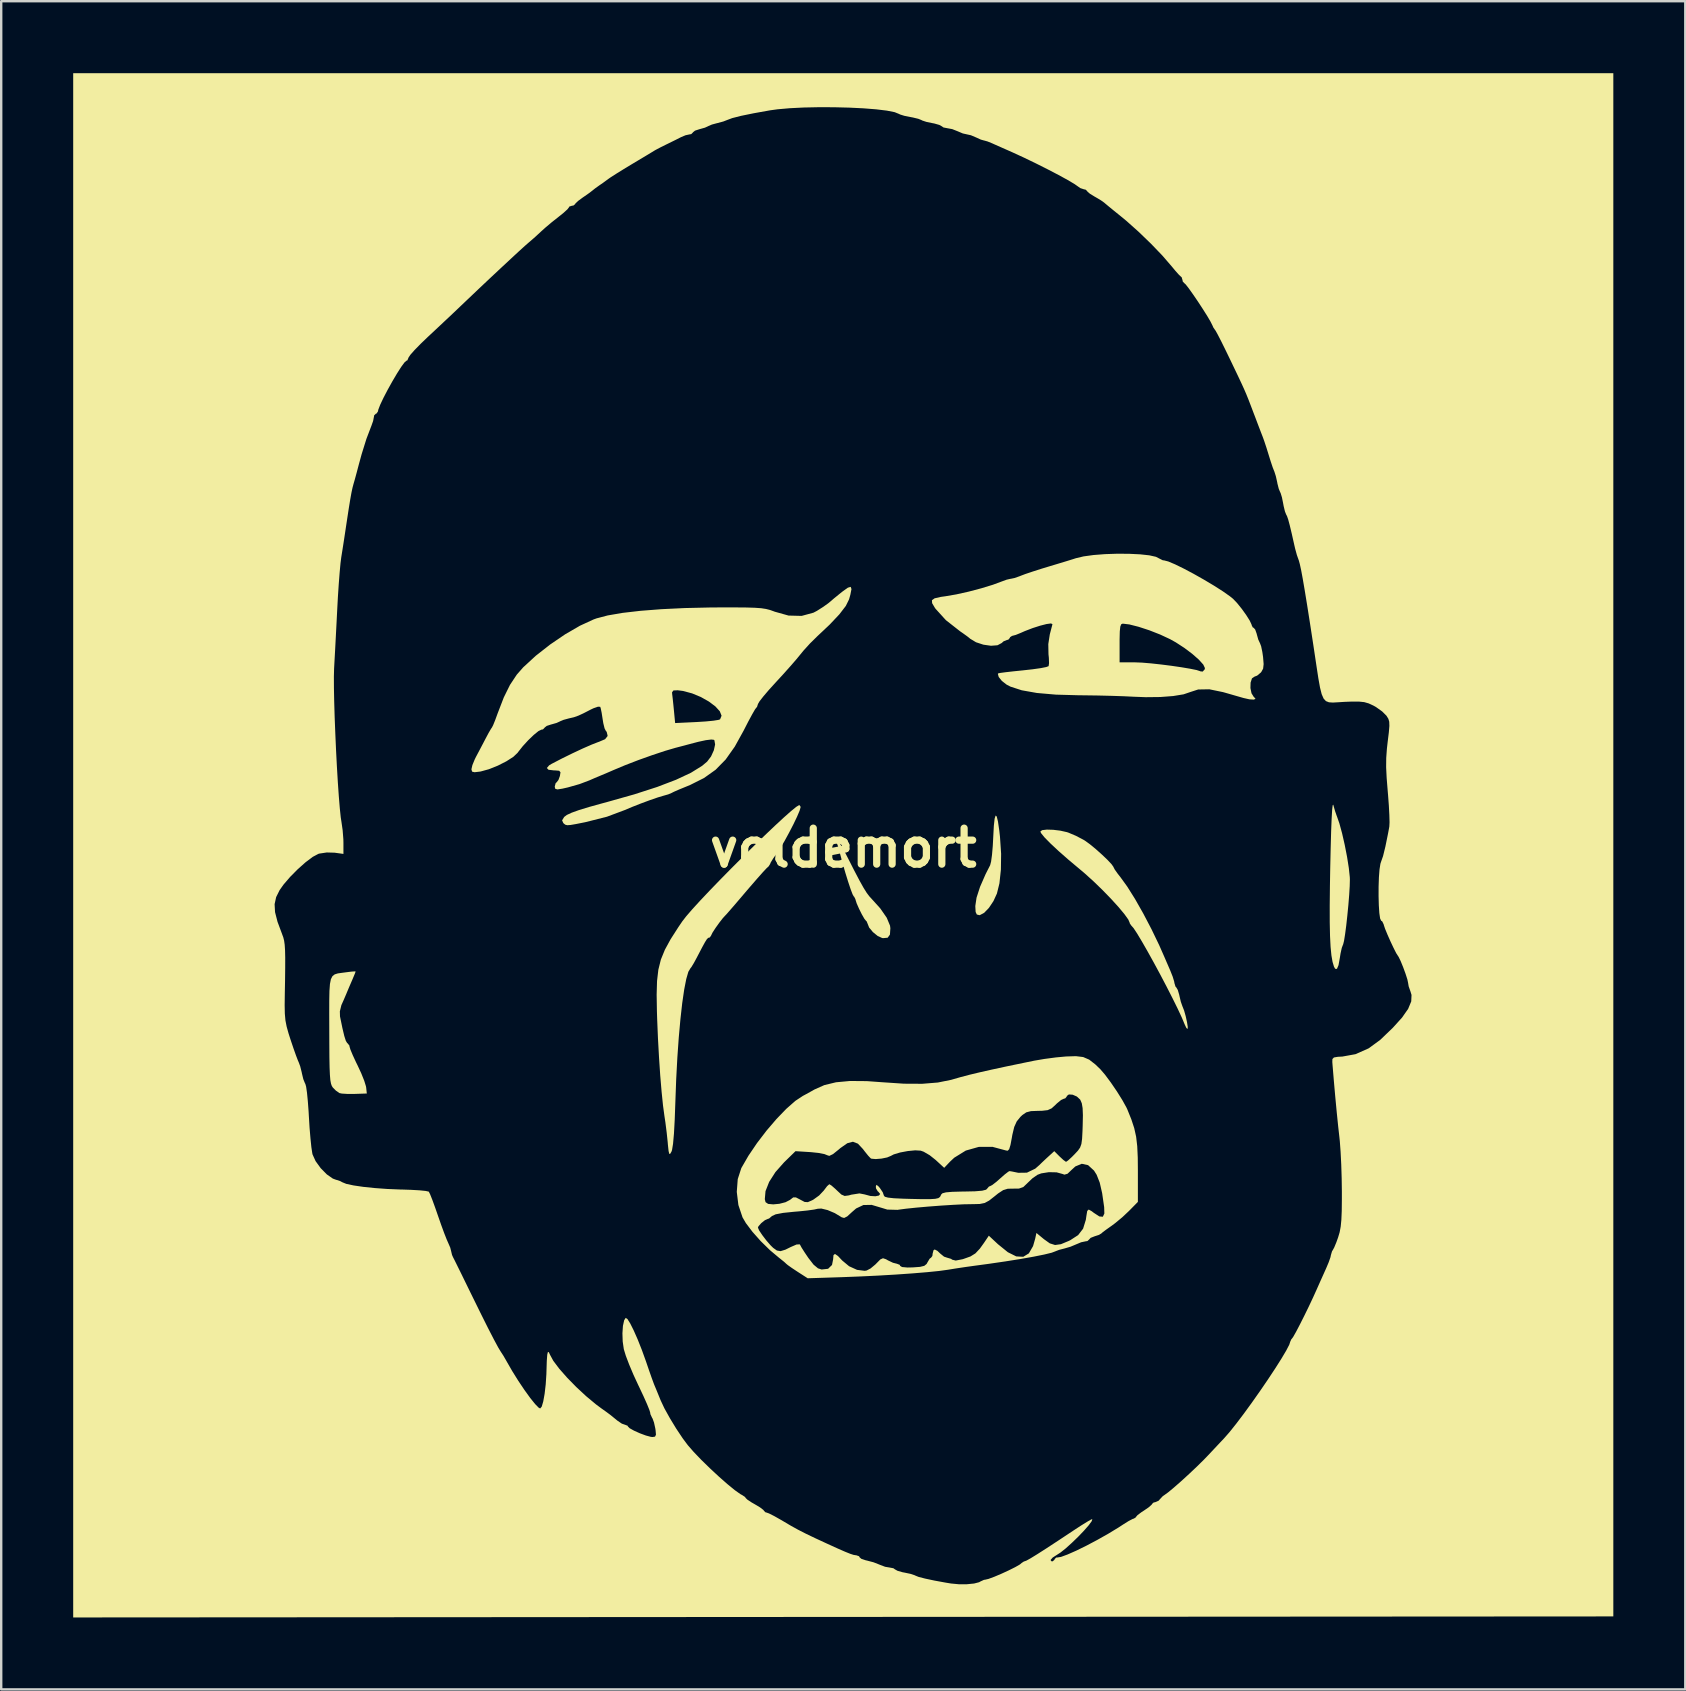
<source format=kicad_pcb>
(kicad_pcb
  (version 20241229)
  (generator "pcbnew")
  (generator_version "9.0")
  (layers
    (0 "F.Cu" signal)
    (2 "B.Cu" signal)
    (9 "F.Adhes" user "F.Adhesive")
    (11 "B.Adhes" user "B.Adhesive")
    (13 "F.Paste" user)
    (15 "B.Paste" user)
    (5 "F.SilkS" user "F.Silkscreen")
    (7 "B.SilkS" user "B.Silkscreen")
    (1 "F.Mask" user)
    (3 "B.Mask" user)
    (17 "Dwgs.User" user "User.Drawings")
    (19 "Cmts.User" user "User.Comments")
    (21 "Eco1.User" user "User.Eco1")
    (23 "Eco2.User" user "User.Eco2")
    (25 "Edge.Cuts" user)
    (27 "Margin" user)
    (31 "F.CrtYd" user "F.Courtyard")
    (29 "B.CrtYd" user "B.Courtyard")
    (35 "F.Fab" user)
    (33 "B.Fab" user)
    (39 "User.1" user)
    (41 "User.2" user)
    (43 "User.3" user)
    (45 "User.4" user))
  (footprint "voldemort"
    (layer "F.Cu")
    (at 32.089 32.281)
    (property "Reference" "voldemort" (at 0 0 0) (layer "F.SilkS") (effects (font (size 1.5 1.5) (thickness 0.3))))
    (attr board_only exclude_from_pos_files exclude_from_bom)
    (fp_poly (pts (xy 6.395 -1.307) (xy 6.447 -1.097) (xy 6.502 -0.717) (xy 6.531 -0.459) (xy 6.578 0.245) (xy 6.569 0.904) (xy 6.508 1.477) (xy 6.403 1.903) (xy 6.258 2.219) (xy 6.07 2.501) (xy 5.87 2.708) (xy 5.692 2.802) (xy 5.669 2.803) (xy 5.565 2.777) (xy 5.516 2.671) (xy 5.503 2.44) (xy 5.503 2.419) (xy 5.554 2.075) (xy 5.7 1.624) (xy 5.932 1.093) (xy 6.121 0.722) (xy 6.16 0.572) (xy 6.198 0.294) (xy 6.23 -0.073) (xy 6.25 -0.452) (xy 6.275 -0.921) (xy 6.308 -1.219) (xy 6.349 -1.348)) (stroke (width 0) (type solid)) (fill yes) (layer "F.SilkS"))
    (fp_poly (pts (xy 20.422 -1.784) (xy 20.494 -1.531) (xy 20.566 -1.324) (xy 20.57 -1.317) (xy 20.674 -1.019) (xy 20.787 -0.604) (xy 20.897 -0.121) (xy 20.994 0.377) (xy 21.067 0.84) (xy 21.107 1.217) (xy 21.111 1.317) (xy 21.104 1.595) (xy 21.082 1.962) (xy 21.048 2.382) (xy 21.005 2.82) (xy 20.959 3.239) (xy 20.911 3.603) (xy 20.867 3.877) (xy 20.83 4.025) (xy 20.823 4.037) (xy 20.774 4.166) (xy 20.722 4.401) (xy 20.695 4.57) (xy 20.638 4.887) (xy 20.571 5.044) (xy 20.497 5.038) (xy 20.448 4.948) (xy 20.389 4.75) (xy 20.342 4.482) (xy 20.307 4.129) (xy 20.284 3.675) (xy 20.272 3.107) (xy 20.271 2.409) (xy 20.28 1.567) (xy 20.292 0.849) (xy 20.311 0.001) (xy 20.33 -0.687) (xy 20.351 -1.214) (xy 20.372 -1.576) (xy 20.394 -1.772) (xy 20.417 -1.801)) (stroke (width 0) (type solid)) (fill yes) (layer "F.SilkS"))
    (fp_poly (pts (xy -0.2 -0.269) (xy -0.077 -0.077) (xy 0.079 0.201) (xy 0.183 0.404) (xy 0.46 0.949) (xy 0.677 1.362) (xy 0.846 1.665) (xy 0.98 1.879) (xy 1.092 2.026) (xy 1.143 2.081) (xy 1.54 2.52) (xy 1.812 2.912) (xy 1.949 3.242) (xy 1.963 3.349) (xy 1.945 3.614) (xy 1.851 3.744) (xy 1.66 3.762) (xy 1.62 3.756) (xy 1.434 3.672) (xy 1.235 3.509) (xy 1.078 3.32) (xy 1.019 3.171) (xy 0.971 3.056) (xy 0.952 3.044) (xy 0.88 2.955) (xy 0.771 2.765) (xy 0.655 2.531) (xy 0.558 2.31) (xy 0.51 2.159) (xy 0.508 2.143) (xy 0.453 2.033) (xy 0.438 2.025) (xy 0.389 1.937) (xy 0.306 1.719) (xy 0.202 1.406) (xy 0.086 1.033) (xy -0.029 0.634) (xy -0.134 0.243) (xy -0.166 0.116) (xy -0.23 -0.1) (xy -0.29 -0.245) (xy -0.298 -0.33) (xy -0.269 -0.34)) (stroke (width 0) (type solid)) (fill yes) (layer "F.SilkS"))
    (fp_poly (pts (xy -20.32 5.152) (xy -20.35 5.237) (xy -20.427 5.422) (xy -20.459 5.498) (xy -20.58 5.778) (xy -20.692 6.044) (xy -20.704 6.074) (xy -20.817 6.338) (xy -20.914 6.555) (xy -20.977 6.812) (xy -20.971 7.023) (xy -20.872 7.504) (xy -20.793 7.837) (xy -20.728 8.04) (xy -20.673 8.132) (xy -20.657 8.141) (xy -20.58 8.238) (xy -20.574 8.28) (xy -20.538 8.402) (xy -20.442 8.633) (xy -20.304 8.932) (xy -20.241 9.059) (xy -20.085 9.395) (xy -19.961 9.704) (xy -19.89 9.934) (xy -19.881 9.982) (xy -19.854 10.236) (xy -20.362 10.253) (xy -20.656 10.254) (xy -20.892 10.239) (xy -20.994 10.218) (xy -21.141 10.117) (xy -21.267 9.99) (xy -21.312 9.921) (xy -21.347 9.822) (xy -21.374 9.674) (xy -21.392 9.455) (xy -21.405 9.145) (xy -21.413 8.723) (xy -21.416 8.17) (xy -21.418 7.591) (xy -21.42 6.905) (xy -21.419 6.37) (xy -21.411 5.965) (xy -21.39 5.673) (xy -21.35 5.472) (xy -21.285 5.345) (xy -21.19 5.271) (xy -21.06 5.231) (xy -20.888 5.207) (xy -20.722 5.185) (xy -20.489 5.156) (xy -20.344 5.147)) (stroke (width 0) (type solid)) (fill yes) (layer "F.SilkS"))
    (fp_poly (pts (xy 8.751 -0.753) (xy 9.045 -0.717) (xy 9.321 -0.655) (xy 9.379 -0.636) (xy 9.694 -0.503) (xy 10.014 -0.335) (xy 10.073 -0.299) (xy 10.275 -0.153) (xy 10.521 0.049) (xy 10.776 0.277) (xy 11.007 0.497) (xy 11.179 0.68) (xy 11.259 0.793) (xy 11.261 0.803) (xy 11.31 0.898) (xy 11.436 1.076) (xy 11.547 1.217) (xy 11.832 1.611) (xy 12.157 2.128) (xy 12.5 2.732) (xy 12.843 3.387) (xy 13.166 4.057) (xy 13.381 4.545) (xy 13.457 4.722) (xy 13.568 4.978) (xy 13.627 5.114) (xy 13.728 5.368) (xy 13.79 5.573) (xy 13.801 5.639) (xy 13.845 5.782) (xy 13.876 5.813) (xy 13.939 5.92) (xy 14 6.125) (xy 14.009 6.168) (xy 14.067 6.414) (xy 14.133 6.602) (xy 14.139 6.615) (xy 14.204 6.781) (xy 14.27 7.016) (xy 14.324 7.262) (xy 14.355 7.459) (xy 14.349 7.548) (xy 14.298 7.506) (xy 14.226 7.354) (xy 14.106 7.067) (xy 13.93 6.69) (xy 13.712 6.249) (xy 13.465 5.766) (xy 13.202 5.265) (xy 12.935 4.771) (xy 12.678 4.308) (xy 12.444 3.9) (xy 12.246 3.57) (xy 12.097 3.344) (xy 12.009 3.244) (xy 12.006 3.242) (xy 11.939 3.145) (xy 11.938 3.127) (xy 11.878 2.987) (xy 11.713 2.757) (xy 11.465 2.46) (xy 11.154 2.119) (xy 10.803 1.757) (xy 10.432 1.398) (xy 10.063 1.064) (xy 9.859 0.892) (xy 9.388 0.497) (xy 8.974 0.133) (xy 8.634 -0.184) (xy 8.384 -0.439) (xy 8.241 -0.616) (xy 8.213 -0.682) (xy 8.288 -0.738) (xy 8.483 -0.761)) (stroke (width 0) (type solid)) (fill yes) (layer "F.SilkS"))
    (fp_poly (pts (xy -1.78 -1.718) (xy -1.778 -1.694) (xy -1.818 -1.552) (xy -1.924 -1.302) (xy -2.077 -0.982) (xy -2.258 -0.632) (xy -2.445 -0.289) (xy -2.62 0.008) (xy -2.763 0.221) (xy -2.763 0.221) (xy -2.92 0.441) (xy -3.024 0.611) (xy -3.048 0.673) (xy -3.112 0.775) (xy -3.12 0.779) (xy -3.197 0.85) (xy -3.363 1.028) (xy -3.595 1.29) (xy -3.874 1.612) (xy -4.022 1.784) (xy -4.314 2.127) (xy -4.568 2.424) (xy -4.764 2.649) (xy -4.88 2.781) (xy -4.902 2.803) (xy -5.015 2.925) (xy -5.167 3.12) (xy -5.323 3.338) (xy -5.447 3.529) (xy -5.503 3.643) (xy -5.503 3.648) (xy -5.562 3.734) (xy -5.583 3.738) (xy -5.629 3.751) (xy -5.684 3.806) (xy -5.763 3.931) (xy -5.883 4.151) (xy -6.062 4.493) (xy -6.096 4.559) (xy -6.224 4.796) (xy -6.327 4.965) (xy -6.366 5.014) (xy -6.455 5.163) (xy -6.543 5.467) (xy -6.629 5.909) (xy -6.711 6.473) (xy -6.786 7.145) (xy -6.855 7.909) (xy -6.914 8.748) (xy -6.962 9.647) (xy -6.996 10.576) (xy -7.023 11.323) (xy -7.055 11.909) (xy -7.093 12.333) (xy -7.135 12.591) (xy -7.157 12.655) (xy -7.214 12.751) (xy -7.251 12.75) (xy -7.279 12.631) (xy -7.307 12.371) (xy -7.315 12.273) (xy -7.357 11.871) (xy -7.411 11.444) (xy -7.452 11.171) (xy -7.511 10.735) (xy -7.57 10.161) (xy -7.627 9.484) (xy -7.677 8.734) (xy -7.721 7.946) (xy -7.754 7.151) (xy -7.765 6.808) (xy -7.776 6.114) (xy -7.76 5.55) (xy -7.705 5.076) (xy -7.6 4.654) (xy -7.433 4.245) (xy -7.195 3.808) (xy -6.873 3.306) (xy -6.705 3.058) (xy -6.544 2.851) (xy -6.291 2.558) (xy -5.961 2.197) (xy -5.57 1.783) (xy -5.134 1.332) (xy -4.67 0.86) (xy -4.193 0.382) (xy -3.719 -0.085) (xy -3.265 -0.526) (xy -2.845 -0.925) (xy -2.476 -1.266) (xy -2.175 -1.533) (xy -1.956 -1.711) (xy -1.836 -1.783) (xy -1.829 -1.784)) (stroke (width 0) (type solid)) (fill yes) (layer "F.SilkS"))
    (fp_poly (pts (xy 11.909 -12.254) (xy 12.368 -12.232) (xy 12.754 -12.19) (xy 13.032 -12.128) (xy 13.157 -12.063) (xy 13.313 -11.985) (xy 13.373 -11.978) (xy 13.544 -11.934) (xy 13.826 -11.815) (xy 14.188 -11.638) (xy 14.599 -11.42) (xy 15.027 -11.178) (xy 15.443 -10.93) (xy 15.816 -10.692) (xy 16.113 -10.483) (xy 16.242 -10.379) (xy 16.41 -10.203) (xy 16.603 -9.964) (xy 16.789 -9.705) (xy 16.936 -9.472) (xy 17.013 -9.309) (xy 17.018 -9.281) (xy 17.067 -9.182) (xy 17.096 -9.175) (xy 17.164 -9.101) (xy 17.228 -8.921) (xy 17.233 -8.898) (xy 17.294 -8.68) (xy 17.362 -8.534) (xy 17.364 -8.532) (xy 17.413 -8.402) (xy 17.463 -8.163) (xy 17.493 -7.957) (xy 17.517 -7.658) (xy 17.496 -7.468) (xy 17.421 -7.332) (xy 17.398 -7.304) (xy 17.246 -7.177) (xy 17.138 -7.136) (xy 17.031 -7.064) (xy 16.974 -6.886) (xy 16.967 -6.66) (xy 17.012 -6.441) (xy 17.108 -6.288) (xy 17.125 -6.276) (xy 17.18 -6.207) (xy 17.102 -6.178) (xy 16.923 -6.19) (xy 16.679 -6.245) (xy 16.369 -6.334) (xy 16.005 -6.439) (xy 15.825 -6.49) (xy 15.254 -6.608) (xy 14.79 -6.6) (xy 14.478 -6.499) (xy 14.181 -6.398) (xy 13.749 -6.327) (xy 13.213 -6.286) (xy 12.606 -6.279) (xy 12.107 -6.298) (xy 11.698 -6.318) (xy 11.177 -6.335) (xy 10.6 -6.349) (xy 10.024 -6.357) (xy 9.81 -6.359) (xy 8.863 -6.385) (xy 8.071 -6.454) (xy 7.439 -6.566) (xy 6.967 -6.719) (xy 6.803 -6.805) (xy 6.609 -6.957) (xy 6.478 -7.12) (xy 6.443 -7.247) (xy 6.458 -7.272) (xy 6.547 -7.29) (xy 6.772 -7.32) (xy 7.098 -7.357) (xy 7.491 -7.397) (xy 7.497 -7.398) (xy 7.893 -7.442) (xy 8.225 -7.489) (xy 8.458 -7.535) (xy 8.557 -7.572) (xy 8.557 -7.572) (xy 8.575 -7.695) (xy 8.567 -7.922) (xy 8.552 -8.066) (xy 8.544 -8.492) (xy 8.551 -8.537) (xy 11.515 -8.537) (xy 11.515 -7.73) (xy 12.171 -7.73) (xy 12.452 -7.719) (xy 12.821 -7.688) (xy 13.24 -7.642) (xy 13.676 -7.587) (xy 14.092 -7.526) (xy 14.453 -7.465) (xy 14.724 -7.41) (xy 14.868 -7.364) (xy 14.879 -7.356) (xy 14.977 -7.346) (xy 15.06 -7.436) (xy 15.071 -7.492) (xy 15.002 -7.638) (xy 14.816 -7.844) (xy 14.544 -8.083) (xy 14.215 -8.331) (xy 13.86 -8.562) (xy 13.618 -8.697) (xy 13.204 -8.89) (xy 12.752 -9.067) (xy 12.309 -9.212) (xy 11.923 -9.31) (xy 11.645 -9.344) (xy 11.583 -9.318) (xy 11.544 -9.219) (xy 11.523 -9.019) (xy 11.515 -8.689) (xy 11.515 -8.537) (xy 8.551 -8.537) (xy 8.606 -8.893) (xy 8.668 -9.132) (xy 8.709 -9.29) (xy 8.717 -9.323) (xy 8.655 -9.352) (xy 8.472 -9.327) (xy 8.206 -9.259) (xy 7.891 -9.158) (xy 7.566 -9.033) (xy 7.396 -8.958) (xy 7.189 -8.874) (xy 7.043 -8.835) (xy 7.036 -8.835) (xy 6.947 -8.775) (xy 6.943 -8.75) (xy 6.875 -8.673) (xy 6.826 -8.665) (xy 6.678 -8.605) (xy 6.604 -8.537) (xy 6.428 -8.443) (xy 6.156 -8.422) (xy 5.839 -8.467) (xy 5.532 -8.568) (xy 5.285 -8.717) (xy 5.249 -8.75) (xy 5.16 -8.819) (xy 4.98 -8.948) (xy 4.868 -9.025) (xy 4.274 -9.491) (xy 3.848 -9.96) (xy 3.812 -10.012) (xy 3.703 -10.197) (xy 3.695 -10.32) (xy 3.807 -10.399) (xy 4.059 -10.457) (xy 4.265 -10.486) (xy 4.708 -10.562) (xy 5.225 -10.677) (xy 5.754 -10.817) (xy 6.235 -10.964) (xy 6.586 -11.094) (xy 6.807 -11.175) (xy 6.974 -11.213) (xy 6.985 -11.213) (xy 7.141 -11.246) (xy 7.361 -11.324) (xy 7.384 -11.334) (xy 7.581 -11.409) (xy 7.893 -11.514) (xy 8.271 -11.635) (xy 8.551 -11.72) (xy 8.943 -11.838) (xy 9.3 -11.946) (xy 9.574 -12.031) (xy 9.694 -12.07) (xy 10.015 -12.146) (xy 10.43 -12.203) (xy 10.907 -12.24) (xy 11.411 -12.257)) (stroke (width 0) (type solid)) (fill yes) (layer "F.SilkS"))
    (fp_poly (pts (xy 0.342 -10.783) (xy 0.296 -10.549) (xy 0.241 -10.354) (xy 0.106 -10.081) (xy -0.162 -9.732) (xy -0.565 -9.305) (xy -1.108 -8.793) (xy -1.108 -8.792) (xy -1.383 -8.521) (xy -1.661 -8.215) (xy -1.779 -8.07) (xy -1.955 -7.856) (xy -2.213 -7.559) (xy -2.517 -7.219) (xy -2.815 -6.895) (xy -3.095 -6.587) (xy -3.326 -6.316) (xy -3.487 -6.11) (xy -3.555 -5.995) (xy -3.556 -5.989) (xy -3.596 -5.866) (xy -3.62 -5.847) (xy -3.68 -5.765) (xy -3.798 -5.56) (xy -3.958 -5.264) (xy -4.141 -4.907) (xy -4.147 -4.894) (xy -4.521 -4.218) (xy -4.901 -3.681) (xy -5.319 -3.255) (xy -5.802 -2.911) (xy -6.382 -2.62) (xy -6.562 -2.546) (xy -6.838 -2.433) (xy -7.055 -2.338) (xy -7.154 -2.288) (xy -7.293 -2.229) (xy -7.493 -2.172) (xy -7.722 -2.104) (xy -8.053 -1.99) (xy -8.431 -1.85) (xy -8.802 -1.704) (xy -9.102 -1.577) (xy -9.847 -1.298) (xy -10.72 -1.077) (xy -10.77 -1.066) (xy -11.131 -0.994) (xy -11.362 -0.954) (xy -11.5 -0.944) (xy -11.581 -0.964) (xy -11.642 -1.011) (xy -11.666 -1.035) (xy -11.716 -1.146) (xy -11.631 -1.286) (xy -11.63 -1.288) (xy -11.518 -1.372) (xy -11.319 -1.465) (xy -11.015 -1.574) (xy -10.587 -1.705) (xy -10.017 -1.863) (xy -9.821 -1.916) (xy -8.705 -2.231) (xy -7.755 -2.538) (xy -6.969 -2.838) (xy -6.346 -3.13) (xy -5.882 -3.418) (xy -5.672 -3.595) (xy -5.509 -3.81) (xy -5.393 -4.066) (xy -5.34 -4.308) (xy -5.369 -4.48) (xy -5.387 -4.502) (xy -5.499 -4.515) (xy -5.728 -4.487) (xy -6.029 -4.422) (xy -6.096 -4.405) (xy -6.441 -4.314) (xy -6.754 -4.231) (xy -6.972 -4.174) (xy -6.985 -4.171) (xy -7.425 -4.042) (xy -7.961 -3.864) (xy -8.538 -3.658) (xy -9.097 -3.442) (xy -9.567 -3.245) (xy -9.844 -3.125) (xy -10.108 -3.014) (xy -10.118 -3.01) (xy -10.375 -2.902) (xy -10.583 -2.811) (xy -10.988 -2.658) (xy -11.472 -2.52) (xy -11.705 -2.467) (xy -11.913 -2.435) (xy -12.004 -2.464) (xy -12.023 -2.553) (xy -11.985 -2.696) (xy -11.944 -2.733) (xy -11.869 -2.828) (xy -11.808 -2.994) (xy -11.783 -3.149) (xy -11.839 -3.214) (xy -12.017 -3.228) (xy -12.056 -3.228) (xy -12.283 -3.255) (xy -12.351 -3.328) (xy -12.257 -3.438) (xy -12.155 -3.5) (xy -11.733 -3.719) (xy -11.288 -3.938) (xy -10.859 -4.139) (xy -10.489 -4.301) (xy -10.218 -4.407) (xy -10.181 -4.419) (xy -9.924 -4.528) (xy -9.824 -4.655) (xy -9.821 -4.681) (xy -9.858 -4.834) (xy -9.895 -4.878) (xy -9.947 -4.981) (xy -10 -5.198) (xy -10.027 -5.366) (xy -10.068 -5.63) (xy -10.108 -5.821) (xy -10.128 -5.878) (xy -10.22 -5.883) (xy -10.407 -5.818) (xy -10.525 -5.762) (xy -10.824 -5.608) (xy -11.029 -5.513) (xy -11.192 -5.454) (xy -11.368 -5.41) (xy -11.433 -5.395) (xy -11.654 -5.335) (xy -11.803 -5.273) (xy -11.811 -5.267) (xy -11.948 -5.205) (xy -12.163 -5.144) (xy -12.171 -5.143) (xy -12.357 -5.082) (xy -12.445 -5.012) (xy -12.446 -5.005) (xy -12.515 -4.936) (xy -12.575 -4.927) (xy -12.7 -4.867) (xy -12.896 -4.708) (xy -13.127 -4.486) (xy -13.356 -4.236) (xy -13.55 -3.991) (xy -13.569 -3.963) (xy -13.747 -3.794) (xy -14.038 -3.607) (xy -14.395 -3.426) (xy -14.767 -3.277) (xy -15.105 -3.184) (xy -15.139 -3.178) (xy -15.363 -3.152) (xy -15.466 -3.176) (xy -15.493 -3.265) (xy -15.493 -3.281) (xy -15.454 -3.45) (xy -15.356 -3.689) (xy -15.303 -3.796) (xy -15.145 -4.094) (xy -14.968 -4.431) (xy -14.901 -4.56) (xy -14.775 -4.796) (xy -14.677 -4.963) (xy -14.642 -5.012) (xy -14.592 -5.108) (xy -14.506 -5.32) (xy -14.403 -5.602) (xy -14.401 -5.607) (xy -14.147 -6.266) (xy -14.04 -6.484) (xy -7.134 -6.484) (xy -7.13 -6.414) (xy -7.109 -6.239) (xy -7.08 -5.964) (xy -7.056 -5.723) (xy -7.006 -5.201) (xy -6.106 -5.244) (xy -5.729 -5.268) (xy -5.415 -5.299) (xy -5.203 -5.332) (xy -5.133 -5.356) (xy -5.071 -5.507) (xy -5.145 -5.692) (xy -5.33 -5.895) (xy -5.601 -6.098) (xy -5.932 -6.285) (xy -6.298 -6.437) (xy -6.675 -6.538) (xy -6.9 -6.567) (xy -7.078 -6.559) (xy -7.134 -6.484) (xy -14.04 -6.484) (xy -13.888 -6.791) (xy -13.605 -7.218) (xy -13.337 -7.523) (xy -12.814 -8.004) (xy -12.218 -8.471) (xy -11.591 -8.898) (xy -10.976 -9.255) (xy -10.413 -9.515) (xy -10.282 -9.563) (xy -9.818 -9.685) (xy -9.202 -9.791) (xy -8.45 -9.878) (xy -7.579 -9.946) (xy -6.605 -9.993) (xy -5.545 -10.017) (xy -5.104 -10.02) (xy -4.497 -10.02) (xy -4.032 -10.016) (xy -3.682 -10.005) (xy -3.419 -9.986) (xy -3.218 -9.955) (xy -3.049 -9.912) (xy -2.888 -9.854) (xy -2.861 -9.843) (xy -2.28 -9.68) (xy -1.734 -9.666) (xy -1.242 -9.8) (xy -1.099 -9.875) (xy -0.842 -10.038) (xy -0.623 -10.194) (xy -0.549 -10.255) (xy -0.384 -10.397) (xy -0.152 -10.586) (xy -0.021 -10.69) (xy 0.192 -10.842) (xy 0.31 -10.877)) (stroke (width 0) (type solid)) (fill yes) (layer "F.SilkS"))
    (fp_poly (pts (xy 9.996 8.716) (xy 10.247 8.824) (xy 10.505 9.025) (xy 10.715 9.227) (xy 10.911 9.456) (xy 11.153 9.782) (xy 11.406 10.153) (xy 11.633 10.517) (xy 11.801 10.821) (xy 11.839 10.903) (xy 12.006 11.317) (xy 12.125 11.68) (xy 12.204 12.036) (xy 12.25 12.43) (xy 12.272 12.908) (xy 12.277 13.448) (xy 12.277 14.753) (xy 11.905 15.131) (xy 11.63 15.39) (xy 11.328 15.64) (xy 11.164 15.761) (xy 10.948 15.914) (xy 10.794 16.031) (xy 10.752 16.07) (xy 10.645 16.131) (xy 10.477 16.185) (xy 10.309 16.251) (xy 10.245 16.32) (xy 10.175 16.384) (xy 10.096 16.396) (xy 9.915 16.434) (xy 9.721 16.515) (xy 9.468 16.621) (xy 9.213 16.695) (xy 8.996 16.751) (xy 8.852 16.806) (xy 8.848 16.809) (xy 8.685 16.87) (xy 8.374 16.946) (xy 7.934 17.035) (xy 7.386 17.132) (xy 6.75 17.233) (xy 6.045 17.336) (xy 5.503 17.409) (xy 5.099 17.465) (xy 4.675 17.529) (xy 4.36 17.58) (xy 3.999 17.63) (xy 3.496 17.681) (xy 2.881 17.732) (xy 2.182 17.781) (xy 1.428 17.825) (xy 0.646 17.862) (xy -0.085 17.89) (xy -1.482 17.935) (xy -1.905 17.663) (xy -2.139 17.508) (xy -2.31 17.387) (xy -2.371 17.336) (xy -2.461 17.253) (xy -2.629 17.118) (xy -2.667 17.089) (xy -3.052 16.766) (xy -3.437 16.389) (xy -3.784 15.999) (xy -3.915 15.825) (xy -3.556 15.825) (xy -3.505 15.942) (xy -3.376 16.135) (xy -3.206 16.358) (xy -3.031 16.56) (xy -2.921 16.668) (xy -2.765 16.779) (xy -2.613 16.805) (xy -2.413 16.744) (xy -2.188 16.633) (xy -1.946 16.528) (xy -1.816 16.521) (xy -1.8 16.54) (xy -1.739 16.654) (xy -1.608 16.86) (xy -1.454 17.088) (xy -1.236 17.369) (xy -1.053 17.521) (xy -0.903 17.57) (xy -0.632 17.54) (xy -0.469 17.381) (xy -0.423 17.149) (xy -0.407 16.97) (xy -0.345 16.922) (xy -0.22 17.008) (xy -0.044 17.195) (xy 0.242 17.433) (xy 0.575 17.585) (xy 0.893 17.625) (xy 0.974 17.612) (xy 1.138 17.526) (xy 1.336 17.362) (xy 1.386 17.311) (xy 1.545 17.15) (xy 1.656 17.1) (xy 1.783 17.143) (xy 1.864 17.19) (xy 2.072 17.289) (xy 2.236 17.33) (xy 2.353 17.375) (xy 2.371 17.419) (xy 2.451 17.467) (xy 2.675 17.487) (xy 2.9 17.482) (xy 3.2 17.46) (xy 3.376 17.417) (xy 3.473 17.339) (xy 3.513 17.266) (xy 3.6 17.12) (xy 3.661 17.075) (xy 3.713 17.004) (xy 3.725 16.905) (xy 3.761 16.767) (xy 3.811 16.735) (xy 3.925 16.794) (xy 4.041 16.905) (xy 4.199 17.034) (xy 4.32 17.075) (xy 4.492 17.126) (xy 4.539 17.161) (xy 4.686 17.197) (xy 4.97 17.142) (xy 5.018 17.127) (xy 5.301 17.026) (xy 5.507 16.898) (xy 5.693 16.699) (xy 5.865 16.459) (xy 6.066 16.161) (xy 6.447 16.516) (xy 6.858 16.849) (xy 7.209 17.024) (xy 7.501 17.04) (xy 7.734 16.897) (xy 7.909 16.595) (xy 7.998 16.285) (xy 8.049 16.047) (xy 8.362 16.306) (xy 8.606 16.48) (xy 8.826 16.549) (xy 9.071 16.515) (xy 9.395 16.38) (xy 9.459 16.349) (xy 9.788 16.136) (xy 9.994 15.868) (xy 10.108 15.5) (xy 10.131 15.34) (xy 10.166 15.13) (xy 10.228 15.071) (xy 10.359 15.145) (xy 10.436 15.205) (xy 10.672 15.359) (xy 10.817 15.371) (xy 10.88 15.237) (xy 10.872 14.972) (xy 10.788 14.389) (xy 10.687 13.948) (xy 10.559 13.623) (xy 10.449 13.448) (xy 10.202 13.222) (xy 9.939 13.164) (xy 9.671 13.275) (xy 9.514 13.419) (xy 9.345 13.58) (xy 9.215 13.617) (xy 9.138 13.589) (xy 8.89 13.521) (xy 8.567 13.514) (xy 8.25 13.564) (xy 8.094 13.623) (xy 7.882 13.771) (xy 7.674 13.969) (xy 7.665 13.979) (xy 7.502 14.134) (xy 7.323 14.197) (xy 7.087 14.2) (xy 6.855 14.204) (xy 6.664 14.262) (xy 6.452 14.401) (xy 6.311 14.515) (xy 6.079 14.697) (xy 5.895 14.797) (xy 5.689 14.839) (xy 5.392 14.847) (xy 5.345 14.847) (xy 5.018 14.853) (xy 4.58 14.875) (xy 4.075 14.907) (xy 3.549 14.947) (xy 3.048 14.991) (xy 2.617 15.036) (xy 2.303 15.077) (xy 2.265 15.084) (xy 1.836 15.073) (xy 1.607 15.003) (xy 1.184 14.877) (xy 0.839 14.883) (xy 0.536 15.026) (xy 0.364 15.175) (xy 0.167 15.356) (xy 0.037 15.422) (xy -0.067 15.394) (xy -0.078 15.386) (xy -0.355 15.219) (xy -0.653 15.093) (xy -0.913 15.03) (xy -1.06 15.038) (xy -1.217 15.072) (xy -1.496 15.111) (xy -1.849 15.147) (xy -2.053 15.164) (xy -2.507 15.211) (xy -2.816 15.27) (xy -2.968 15.34) (xy -2.972 15.343) (xy -3.091 15.445) (xy -3.142 15.461) (xy -3.264 15.515) (xy -3.417 15.637) (xy -3.533 15.768) (xy -3.556 15.825) (xy -3.915 15.825) (xy -4.058 15.636) (xy -4.198 15.396) (xy -4.37 14.883) (xy -4.4 14.639) (xy -3.269 14.639) (xy -3.238 14.764) (xy -3.13 14.836) (xy -2.918 14.856) (xy -2.658 14.831) (xy -2.406 14.766) (xy -2.217 14.668) (xy -2.206 14.658) (xy -2.085 14.565) (xy -1.975 14.564) (xy -1.802 14.653) (xy -1.788 14.661) (xy -1.61 14.755) (xy -1.476 14.763) (xy -1.301 14.687) (xy -1.246 14.658) (xy -1.005 14.485) (xy -0.807 14.275) (xy -0.797 14.26) (xy -0.673 14.097) (xy -0.584 14.018) (xy -0.578 14.017) (xy -0.489 14.072) (xy -0.331 14.21) (xy -0.255 14.283) (xy -0.079 14.446) (xy 0.058 14.505) (xy 0.231 14.482) (xy 0.336 14.452) (xy 0.674 14.399) (xy 0.886 14.44) (xy 1.127 14.505) (xy 1.338 14.518) (xy 1.486 14.488) (xy 1.538 14.422) (xy 1.459 14.327) (xy 1.439 14.314) (xy 1.366 14.193) (xy 1.357 14.118) (xy 1.378 14.041) (xy 1.453 14.091) (xy 1.527 14.175) (xy 1.646 14.353) (xy 1.693 14.489) (xy 1.733 14.538) (xy 1.865 14.574) (xy 2.111 14.601) (xy 2.492 14.619) (xy 2.803 14.628) (xy 3.278 14.638) (xy 3.611 14.638) (xy 3.829 14.625) (xy 3.961 14.596) (xy 4.032 14.545) (xy 4.07 14.47) (xy 4.077 14.449) (xy 4.134 14.393) (xy 4.28 14.355) (xy 4.539 14.333) (xy 4.937 14.322) (xy 5.035 14.321) (xy 5.488 14.311) (xy 5.788 14.286) (xy 5.95 14.245) (xy 5.99 14.208) (xy 6.074 14.109) (xy 6.107 14.102) (xy 6.21 14.048) (xy 6.388 13.91) (xy 6.531 13.783) (xy 6.73 13.608) (xy 6.878 13.494) (xy 6.93 13.469) (xy 7.042 13.488) (xy 7.248 13.531) (xy 7.294 13.54) (xy 7.653 13.535) (xy 8.001 13.367) (xy 8.173 13.216) (xy 8.289 13.103) (xy 8.469 12.934) (xy 8.527 12.881) (xy 8.793 12.638) (xy 9.015 12.86) (xy 9.172 13.005) (xy 9.276 13.08) (xy 9.286 13.082) (xy 9.368 13.026) (xy 9.524 12.883) (xy 9.642 12.764) (xy 9.78 12.616) (xy 9.869 12.488) (xy 9.923 12.338) (xy 9.952 12.125) (xy 9.969 11.807) (xy 9.977 11.571) (xy 9.986 11.142) (xy 9.974 10.845) (xy 9.94 10.644) (xy 9.879 10.503) (xy 9.87 10.488) (xy 9.734 10.362) (xy 9.559 10.286) (xy 9.401 10.275) (xy 9.316 10.339) (xy 9.313 10.364) (xy 9.246 10.442) (xy 9.202 10.449) (xy 9.078 10.506) (xy 8.903 10.649) (xy 8.848 10.704) (xy 8.684 10.853) (xy 8.518 10.929) (xy 8.283 10.956) (xy 8.119 10.959) (xy 7.822 10.97) (xy 7.626 11.021) (xy 7.462 11.134) (xy 7.38 11.212) (xy 7.228 11.4) (xy 7.124 11.631) (xy 7.045 11.96) (xy 7.027 12.067) (xy 6.968 12.381) (xy 6.914 12.556) (xy 6.854 12.62) (xy 6.786 12.611) (xy 6.216 12.458) (xy 5.646 12.461) (xy 5.106 12.614) (xy 4.625 12.911) (xy 4.452 13.073) (xy 4.206 13.333) (xy 3.85 13.005) (xy 3.602 12.808) (xy 3.351 12.662) (xy 3.226 12.617) (xy 2.995 12.604) (xy 2.688 12.634) (xy 2.368 12.694) (xy 2.104 12.773) (xy 1.985 12.835) (xy 1.83 12.9) (xy 1.596 12.948) (xy 1.354 12.968) (xy 1.177 12.953) (xy 1.143 12.937) (xy 1.043 12.832) (xy 0.892 12.645) (xy 0.821 12.551) (xy 0.612 12.327) (xy 0.404 12.246) (xy 0.17 12.307) (xy -0.121 12.511) (xy -0.187 12.568) (xy -0.427 12.761) (xy -0.581 12.835) (xy -0.66 12.811) (xy -0.786 12.76) (xy -1.03 12.713) (xy -1.342 12.68) (xy -1.371 12.678) (xy -1.99 12.639) (xy -2.467 13.105) (xy -2.826 13.51) (xy -3.088 13.919) (xy -3.24 14.305) (xy -3.269 14.639) (xy -4.4 14.639) (xy -4.437 14.334) (xy -4.397 13.804) (xy -4.249 13.346) (xy -4.242 13.333) (xy -3.951 12.829) (xy -3.595 12.303) (xy -3.197 11.783) (xy -2.781 11.297) (xy -2.373 10.874) (xy -1.997 10.543) (xy -1.678 10.332) (xy -1.675 10.331) (xy -1.54 10.259) (xy -1.322 10.138) (xy -1.202 10.07) (xy -0.789 9.886) (xy -0.302 9.768) (xy 0.281 9.714) (xy 0.983 9.72) (xy 1.619 9.766) (xy 2.526 9.827) (xy 3.293 9.831) (xy 3.943 9.778) (xy 4.497 9.666) (xy 4.572 9.644) (xy 4.899 9.55) (xy 5.261 9.455) (xy 5.682 9.354) (xy 6.187 9.24) (xy 6.798 9.108) (xy 7.541 8.954) (xy 7.959 8.868) (xy 8.38 8.796) (xy 8.863 8.732) (xy 9.282 8.693) (xy 9.694 8.68)) (stroke (width 0) (type solid)) (fill yes) (layer "F.SilkS"))
    (fp_poly (pts (xy 32.089 -0.128) (xy 32.089 32.026) (xy -0.000001 32.047) (xy -32.089 32.069) (xy -32.089 2.346) (xy -23.696 2.346) (xy -23.678 2.677) (xy -23.575 3.08) (xy -23.384 3.593) (xy -23.382 3.6) (xy -23.335 3.726) (xy -23.3 3.864) (xy -23.276 4.036) (xy -23.261 4.265) (xy -23.254 4.575) (xy -23.255 4.99) (xy -23.261 5.531) (xy -23.271 6.085) (xy -23.277 6.557) (xy -23.27 6.908) (xy -23.245 7.189) (xy -23.194 7.449) (xy -23.113 7.739) (xy -23.03 7.997) (xy -22.91 8.353) (xy -22.802 8.658) (xy -22.721 8.869) (xy -22.693 8.931) (xy -22.629 9.103) (xy -22.567 9.35) (xy -22.558 9.398) (xy -22.5 9.638) (xy -22.43 9.811) (xy -22.416 9.832) (xy -22.383 9.95) (xy -22.346 10.206) (xy -22.311 10.565) (xy -22.279 10.995) (xy -22.268 11.191) (xy -22.239 11.665) (xy -22.202 12.106) (xy -22.164 12.473) (xy -22.126 12.724) (xy -22.115 12.775) (xy -21.988 13.054) (xy -21.775 13.348) (xy -21.521 13.606) (xy -21.27 13.781) (xy -21.167 13.82) (xy -20.972 13.883) (xy -20.87 13.936) (xy -20.708 14.002) (xy -20.408 14.066) (xy -20.002 14.126) (xy -19.521 14.176) (xy -18.999 14.214) (xy -18.465 14.236) (xy -18.426 14.236) (xy -18.012 14.25) (xy -17.659 14.27) (xy -17.402 14.296) (xy -17.275 14.324) (xy -17.27 14.328) (xy -17.217 14.433) (xy -17.125 14.664) (xy -17.008 14.985) (xy -16.895 15.31) (xy -16.758 15.703) (xy -16.628 16.057) (xy -16.521 16.329) (xy -16.464 16.457) (xy -16.377 16.658) (xy -16.341 16.8) (xy -16.303 16.962) (xy -16.262 17.055) (xy -16.2 17.176) (xy -16.078 17.423) (xy -15.908 17.767) (xy -15.705 18.183) (xy -15.499 18.604) (xy -15.119 19.377) (xy -14.804 20.008) (xy -14.554 20.493) (xy -14.372 20.83) (xy -14.259 21.015) (xy -14.25 21.028) (xy -14.167 21.155) (xy -14.048 21.36) (xy -14.02 21.41) (xy -13.791 21.808) (xy -13.54 22.21) (xy -13.285 22.59) (xy -13.046 22.921) (xy -12.841 23.176) (xy -12.691 23.329) (xy -12.629 23.361) (xy -12.564 23.282) (xy -12.501 23.066) (xy -12.444 22.747) (xy -12.399 22.357) (xy -12.371 21.931) (xy -12.367 21.794) (xy -12.354 21.379) (xy -12.335 21.12) (xy -12.307 21.005) (xy -12.267 21.019) (xy -12.222 21.119) (xy -12.083 21.374) (xy -11.836 21.703) (xy -11.507 22.077) (xy -11.124 22.468) (xy -10.714 22.849) (xy -10.303 23.191) (xy -10.075 23.36) (xy -9.862 23.512) (xy -9.706 23.628) (xy -9.536 23.766) (xy -9.406 23.872) (xy -9.227 23.993) (xy -9.089 24.041) (xy -8.984 24.082) (xy -8.975 24.11) (xy -8.902 24.183) (xy -8.72 24.285) (xy -8.477 24.394) (xy -8.227 24.487) (xy -8.019 24.543) (xy -7.95 24.551) (xy -7.843 24.534) (xy -7.805 24.453) (xy -7.821 24.263) (xy -7.833 24.189) (xy -7.886 23.947) (xy -7.948 23.777) (xy -7.967 23.748) (xy -8.038 23.594) (xy -8.043 23.541) (xy -8.079 23.422) (xy -8.176 23.182) (xy -8.321 22.856) (xy -8.5 22.475) (xy -8.541 22.39) (xy -8.74 21.961) (xy -8.919 21.537) (xy -9.06 21.167) (xy -9.142 20.898) (xy -9.145 20.887) (xy -9.191 20.568) (xy -9.202 20.229) (xy -9.181 19.919) (xy -9.13 19.686) (xy -9.067 19.585) (xy -8.994 19.633) (xy -8.879 19.815) (xy -8.733 20.107) (xy -8.567 20.483) (xy -8.394 20.919) (xy -8.225 21.387) (xy -8.218 21.407) (xy -8.094 21.77) (xy -7.983 22.086) (xy -7.9 22.312) (xy -7.872 22.384) (xy -7.8 22.555) (xy -7.693 22.817) (xy -7.61 23.021) (xy -7.453 23.355) (xy -7.224 23.767) (xy -6.958 24.204) (xy -6.687 24.61) (xy -6.478 24.89) (xy -6.232 25.172) (xy -5.915 25.503) (xy -5.555 25.854) (xy -5.183 26.2) (xy -4.828 26.512) (xy -4.519 26.765) (xy -4.286 26.93) (xy -4.225 26.963) (xy -4.095 27.047) (xy -4.064 27.093) (xy -3.996 27.159) (xy -3.823 27.274) (xy -3.683 27.354) (xy -3.466 27.484) (xy -3.328 27.59) (xy -3.302 27.628) (xy -3.236 27.691) (xy -3.207 27.694) (xy -3.094 27.735) (xy -2.878 27.844) (xy -2.6 28.001) (xy -2.508 28.055) (xy -2.181 28.248) (xy -1.879 28.415) (xy -1.556 28.58) (xy -1.168 28.766) (xy -0.677 28.993) (xy -0.238 29.193) (xy 0.075 29.33) (xy 0.289 29.416) (xy 0.43 29.462) (xy 0.525 29.477) (xy 0.542 29.478) (xy 0.66 29.519) (xy 0.677 29.559) (xy 0.752 29.625) (xy 0.935 29.687) (xy 0.987 29.698) (xy 1.263 29.771) (xy 1.508 29.867) (xy 1.516 29.871) (xy 1.745 29.958) (xy 1.921 29.987) (xy 2.09 30.019) (xy 2.154 30.065) (xy 2.261 30.125) (xy 2.471 30.185) (xy 2.562 30.202) (xy 2.804 30.253) (xy 2.976 30.31) (xy 3.006 30.326) (xy 3.141 30.38) (xy 3.414 30.45) (xy 3.798 30.532) (xy 4.262 30.617) (xy 4.487 30.654) (xy 4.811 30.685) (xy 5.151 30.685) (xy 5.452 30.655) (xy 5.662 30.601) (xy 5.711 30.572) (xy 5.865 30.501) (xy 5.906 30.497) (xy 6.052 30.463) (xy 6.295 30.373) (xy 6.59 30.248) (xy 6.896 30.107) (xy 7.168 29.971) (xy 7.363 29.859) (xy 7.437 29.796) (xy 7.533 29.733) (xy 7.547 29.732) (xy 7.63 29.702) (xy 7.805 29.605) (xy 8.08 29.436) (xy 8.465 29.19) (xy 8.97 28.859) (xy 9.599 28.442) (xy 9.908 28.24) (xy 10.161 28.083) (xy 10.328 27.988) (xy 10.379 27.97) (xy 10.354 28.056) (xy 10.23 28.226) (xy 10.031 28.453) (xy 9.787 28.708) (xy 9.523 28.963) (xy 9.268 29.193) (xy 9.048 29.367) (xy 8.937 29.438) (xy 8.728 29.572) (xy 8.637 29.676) (xy 8.679 29.729) (xy 8.721 29.732) (xy 8.802 29.667) (xy 8.805 29.644) (xy 8.87 29.573) (xy 8.911 29.572) (xy 9.073 29.546) (xy 9.35 29.444) (xy 9.715 29.283) (xy 10.138 29.075) (xy 10.591 28.835) (xy 11.046 28.578) (xy 11.474 28.318) (xy 11.667 28.192) (xy 11.889 28.053) (xy 12.058 27.965) (xy 12.112 27.948) (xy 12.192 27.897) (xy 12.194 27.885) (xy 12.261 27.806) (xy 12.429 27.68) (xy 12.533 27.613) (xy 12.732 27.476) (xy 12.853 27.368) (xy 12.869 27.337) (xy 12.938 27.276) (xy 12.992 27.269) (xy 13.142 27.204) (xy 13.183 27.155) (xy 13.314 27.015) (xy 13.388 26.964) (xy 13.54 26.854) (xy 13.782 26.653) (xy 14.083 26.389) (xy 14.411 26.089) (xy 14.736 25.782) (xy 15.027 25.495) (xy 15.192 25.324) (xy 15.446 25.054) (xy 15.69 24.794) (xy 15.865 24.609) (xy 16.095 24.347) (xy 16.375 23.996) (xy 16.691 23.579) (xy 17.026 23.118) (xy 17.365 22.637) (xy 17.694 22.156) (xy 17.995 21.7) (xy 18.255 21.29) (xy 18.457 20.95) (xy 18.586 20.702) (xy 18.627 20.575) (xy 18.677 20.466) (xy 18.69 20.459) (xy 18.751 20.374) (xy 18.868 20.167) (xy 19.025 19.867) (xy 19.207 19.506) (xy 19.398 19.115) (xy 19.582 18.724) (xy 19.732 18.392) (xy 19.884 18.05) (xy 20.052 17.676) (xy 20.12 17.526) (xy 20.23 17.264) (xy 20.303 17.055) (xy 20.32 16.97) (xy 20.369 16.805) (xy 20.392 16.773) (xy 20.458 16.653) (xy 20.551 16.427) (xy 20.623 16.225) (xy 20.685 16.016) (xy 20.728 15.786) (xy 20.756 15.503) (xy 20.772 15.132) (xy 20.777 14.643) (xy 20.777 14.314) (xy 20.769 13.759) (xy 20.751 13.19) (xy 20.724 12.662) (xy 20.692 12.225) (xy 20.675 12.063) (xy 20.623 11.603) (xy 20.564 11.023) (xy 20.502 10.37) (xy 20.442 9.694) (xy 20.388 9.042) (xy 20.379 8.923) (xy 20.383 8.799) (xy 20.447 8.734) (xy 20.613 8.706) (xy 20.796 8.697) (xy 21.345 8.597) (xy 21.891 8.355) (xy 22.378 7.999) (xy 22.901 7.497) (xy 23.286 7.071) (xy 23.539 6.709) (xy 23.668 6.398) (xy 23.68 6.129) (xy 23.636 5.985) (xy 23.561 5.771) (xy 23.537 5.626) (xy 23.507 5.483) (xy 23.431 5.246) (xy 23.331 4.973) (xy 23.228 4.72) (xy 23.143 4.544) (xy 23.115 4.502) (xy 23.043 4.39) (xy 22.932 4.171) (xy 22.802 3.895) (xy 22.676 3.611) (xy 22.576 3.367) (xy 22.524 3.212) (xy 22.521 3.191) (xy 22.457 3.061) (xy 22.415 3.037) (xy 22.371 2.942) (xy 22.338 2.714) (xy 22.317 2.392) (xy 22.307 2.012) (xy 22.308 1.612) (xy 22.321 1.229) (xy 22.346 0.901) (xy 22.383 0.664) (xy 22.408 0.586) (xy 22.493 0.344) (xy 22.592 -0.059) (xy 22.705 -0.616) (xy 22.755 -0.888) (xy 22.764 -1.063) (xy 22.756 -1.368) (xy 22.735 -1.764) (xy 22.701 -2.213) (xy 22.689 -2.353) (xy 22.644 -2.913) (xy 22.622 -3.36) (xy 22.626 -3.749) (xy 22.654 -4.133) (xy 22.687 -4.425) (xy 22.735 -4.817) (xy 22.757 -5.081) (xy 22.751 -5.254) (xy 22.715 -5.377) (xy 22.647 -5.488) (xy 22.633 -5.509) (xy 22.456 -5.685) (xy 22.204 -5.865) (xy 22.093 -5.928) (xy 21.897 -6.019) (xy 21.71 -6.073) (xy 21.483 -6.096) (xy 21.168 -6.095) (xy 20.886 -6.084) (xy 20.616 -6.067) (xy 20.404 -6.055) (xy 20.239 -6.066) (xy 20.112 -6.116) (xy 20.015 -6.223) (xy 19.936 -6.405) (xy 19.867 -6.679) (xy 19.798 -7.062) (xy 19.72 -7.572) (xy 19.622 -8.227) (xy 19.588 -8.453) (xy 19.448 -9.365) (xy 19.329 -10.121) (xy 19.229 -10.733) (xy 19.147 -11.213) (xy 19.08 -11.573) (xy 19.025 -11.825) (xy 18.982 -11.982) (xy 18.967 -12.02) (xy 18.902 -12.205) (xy 18.829 -12.473) (xy 18.801 -12.594) (xy 18.689 -13.092) (xy 18.604 -13.448) (xy 18.54 -13.685) (xy 18.491 -13.826) (xy 18.457 -13.889) (xy 18.405 -14.02) (xy 18.35 -14.249) (xy 18.33 -14.357) (xy 18.28 -14.606) (xy 18.225 -14.786) (xy 18.205 -14.824) (xy 18.149 -14.958) (xy 18.092 -15.181) (xy 18.082 -15.238) (xy 18.026 -15.488) (xy 17.964 -15.682) (xy 17.954 -15.705) (xy 17.894 -15.857) (xy 17.809 -16.112) (xy 17.734 -16.353) (xy 17.635 -16.673) (xy 17.538 -16.965) (xy 17.483 -17.117) (xy 17.407 -17.313) (xy 17.292 -17.613) (xy 17.159 -17.965) (xy 17.109 -18.094) (xy 16.984 -18.424) (xy 16.885 -18.681) (xy 16.797 -18.899) (xy 16.704 -19.114) (xy 16.592 -19.36) (xy 16.445 -19.672) (xy 16.247 -20.085) (xy 16.123 -20.345) (xy 15.923 -20.757) (xy 15.747 -21.113) (xy 15.607 -21.385) (xy 15.518 -21.546) (xy 15.496 -21.577) (xy 15.421 -21.685) (xy 15.383 -21.772) (xy 15.307 -21.924) (xy 15.167 -22.163) (xy 14.983 -22.454) (xy 14.78 -22.765) (xy 14.578 -23.061) (xy 14.401 -23.31) (xy 14.271 -23.477) (xy 14.212 -23.531) (xy 14.146 -23.6) (xy 14.139 -23.651) (xy 14.101 -23.778) (xy 14.074 -23.8) (xy 13.991 -23.877) (xy 13.838 -24.048) (xy 13.672 -24.248) (xy 13.293 -24.686) (xy 12.822 -25.176) (xy 12.308 -25.672) (xy 11.797 -26.128) (xy 11.557 -26.326) (xy 11.281 -26.549) (xy 11.051 -26.737) (xy 10.903 -26.861) (xy 10.873 -26.887) (xy 10.744 -26.979) (xy 10.535 -27.104) (xy 10.471 -27.14) (xy 10.278 -27.258) (xy 10.169 -27.353) (xy 10.16 -27.373) (xy 10.092 -27.432) (xy 10.039 -27.439) (xy 9.876 -27.493) (xy 9.803 -27.545) (xy 9.641 -27.659) (xy 9.355 -27.829) (xy 8.972 -28.039) (xy 8.521 -28.274) (xy 8.032 -28.52) (xy 7.533 -28.761) (xy 7.053 -28.982) (xy 6.9 -29.05) (xy 6.601 -29.182) (xy 6.319 -29.307) (xy 6.21 -29.356) (xy 6.006 -29.439) (xy 5.867 -29.477) (xy 5.86 -29.478) (xy 5.732 -29.514) (xy 5.539 -29.602) (xy 5.534 -29.604) (xy 5.32 -29.695) (xy 5.153 -29.732) (xy 4.982 -29.77) (xy 4.772 -29.859) (xy 4.54 -29.951) (xy 4.344 -29.987) (xy 4.176 -30.019) (xy 4.111 -30.065) (xy 4.004 -30.125) (xy 3.794 -30.185) (xy 3.704 -30.202) (xy 3.461 -30.253) (xy 3.289 -30.31) (xy 3.26 -30.327) (xy 3.129 -30.38) (xy 2.901 -30.435) (xy 2.794 -30.455) (xy 2.545 -30.505) (xy 2.366 -30.561) (xy 2.328 -30.581) (xy 2.144 -30.656) (xy 1.818 -30.721) (xy 1.375 -30.775) (xy 0.844 -30.817) (xy 0.249 -30.846) (xy -0.382 -30.862) (xy -1.022 -30.864) (xy -1.646 -30.851) (xy -2.225 -30.822) (xy -2.735 -30.777) (xy -3.048 -30.734) (xy -3.728 -30.612) (xy -4.256 -30.504) (xy -4.626 -30.41) (xy -4.829 -30.334) (xy -4.999 -30.268) (xy -5.235 -30.204) (xy -5.252 -30.201) (xy -5.474 -30.141) (xy -5.622 -30.078) (xy -5.63 -30.072) (xy -5.767 -30.01) (xy -5.982 -29.95) (xy -5.99 -29.948) (xy -6.177 -29.887) (xy -6.264 -29.817) (xy -6.265 -29.811) (xy -6.335 -29.742) (xy -6.4 -29.732) (xy -6.572 -29.695) (xy -6.76 -29.616) (xy -6.975 -29.507) (xy -7.253 -29.37) (xy -7.366 -29.315) (xy -7.616 -29.191) (xy -7.815 -29.086) (xy -7.874 -29.052) (xy -7.996 -28.977) (xy -8.228 -28.837) (xy -8.534 -28.654) (xy -8.805 -28.492) (xy -9.152 -28.282) (xy -9.46 -28.091) (xy -9.691 -27.943) (xy -9.79 -27.874) (xy -10.011 -27.712) (xy -10.161 -27.609) (xy -10.341 -27.48) (xy -10.446 -27.396) (xy -10.572 -27.298) (xy -10.776 -27.155) (xy -10.858 -27.099) (xy -11.049 -26.958) (xy -11.162 -26.85) (xy -11.175 -26.823) (xy -11.245 -26.766) (xy -11.303 -26.759) (xy -11.416 -26.723) (xy -11.43 -26.692) (xy -11.493 -26.61) (xy -11.656 -26.461) (xy -11.872 -26.288) (xy -12.155 -26.064) (xy -12.426 -25.835) (xy -12.579 -25.697) (xy -12.82 -25.474) (xy -13.067 -25.258) (xy -13.101 -25.23) (xy -13.258 -25.093) (xy -13.518 -24.857) (xy -13.862 -24.539) (xy -14.271 -24.158) (xy -14.726 -23.732) (xy -15.206 -23.279) (xy -15.693 -22.816) (xy -15.934 -22.587) (xy -16.231 -22.304) (xy -16.602 -21.955) (xy -16.996 -21.585) (xy -17.31 -21.292) (xy -17.613 -21.001) (xy -17.864 -20.744) (xy -18.04 -20.545) (xy -18.117 -20.43) (xy -18.119 -20.421) (xy -18.164 -20.314) (xy -18.198 -20.303) (xy -18.281 -20.232) (xy -18.421 -20.042) (xy -18.597 -19.766) (xy -18.791 -19.437) (xy -18.985 -19.088) (xy -19.16 -18.753) (xy -19.296 -18.465) (xy -19.376 -18.257) (xy -19.389 -18.188) (xy -19.448 -18.099) (xy -19.473 -18.094) (xy -19.547 -18.025) (xy -19.558 -17.958) (xy -19.591 -17.789) (xy -19.67 -17.566) (xy -19.675 -17.555) (xy -19.87 -17.044) (xy -20.071 -16.399) (xy -20.188 -15.971) (xy -20.275 -15.641) (xy -20.357 -15.34) (xy -20.409 -15.161) (xy -20.45 -15.007) (xy -20.494 -14.801) (xy -20.545 -14.516) (xy -20.608 -14.128) (xy -20.687 -13.611) (xy -20.741 -13.252) (xy -20.802 -12.847) (xy -20.868 -12.423) (xy -20.919 -12.105) (xy -20.951 -11.852) (xy -20.986 -11.469) (xy -21.023 -10.994) (xy -21.058 -10.466) (xy -21.082 -10.024) (xy -21.112 -9.435) (xy -21.144 -8.821) (xy -21.175 -8.235) (xy -21.203 -7.731) (xy -21.217 -7.476) (xy -21.226 -7.137) (xy -21.224 -6.67) (xy -21.213 -6.103) (xy -21.194 -5.464) (xy -21.167 -4.779) (xy -21.136 -4.077) (xy -21.1 -3.385) (xy -21.061 -2.731) (xy -21.02 -2.143) (xy -20.979 -1.647) (xy -20.94 -1.272) (xy -20.91 -1.079) (xy -20.861 -0.738) (xy -20.831 -0.355) (xy -20.828 -0.21) (xy -20.828 0.252) (xy -21.198 0.201) (xy -21.523 0.192) (xy -21.835 0.239) (xy -21.875 0.251) (xy -22.107 0.375) (xy -22.405 0.599) (xy -22.731 0.889) (xy -23.05 1.211) (xy -23.324 1.53) (xy -23.487 1.761) (xy -23.632 2.052) (xy -23.696 2.346) (xy -32.089 2.346) (xy -32.089 -0.106) (xy -32.089 -32.281) (xy -0.000001 -32.281) (xy 32.089 -32.281)) (stroke (width 0) (type solid)) (fill yes) (layer "F.SilkS")))
  (gr_rect
    (start -3 -3)
    (end 67.177 67.349)
    (stroke (width 0.1) (type default))
    (fill no)
    (layer "Edge.Cuts")))
</source>
